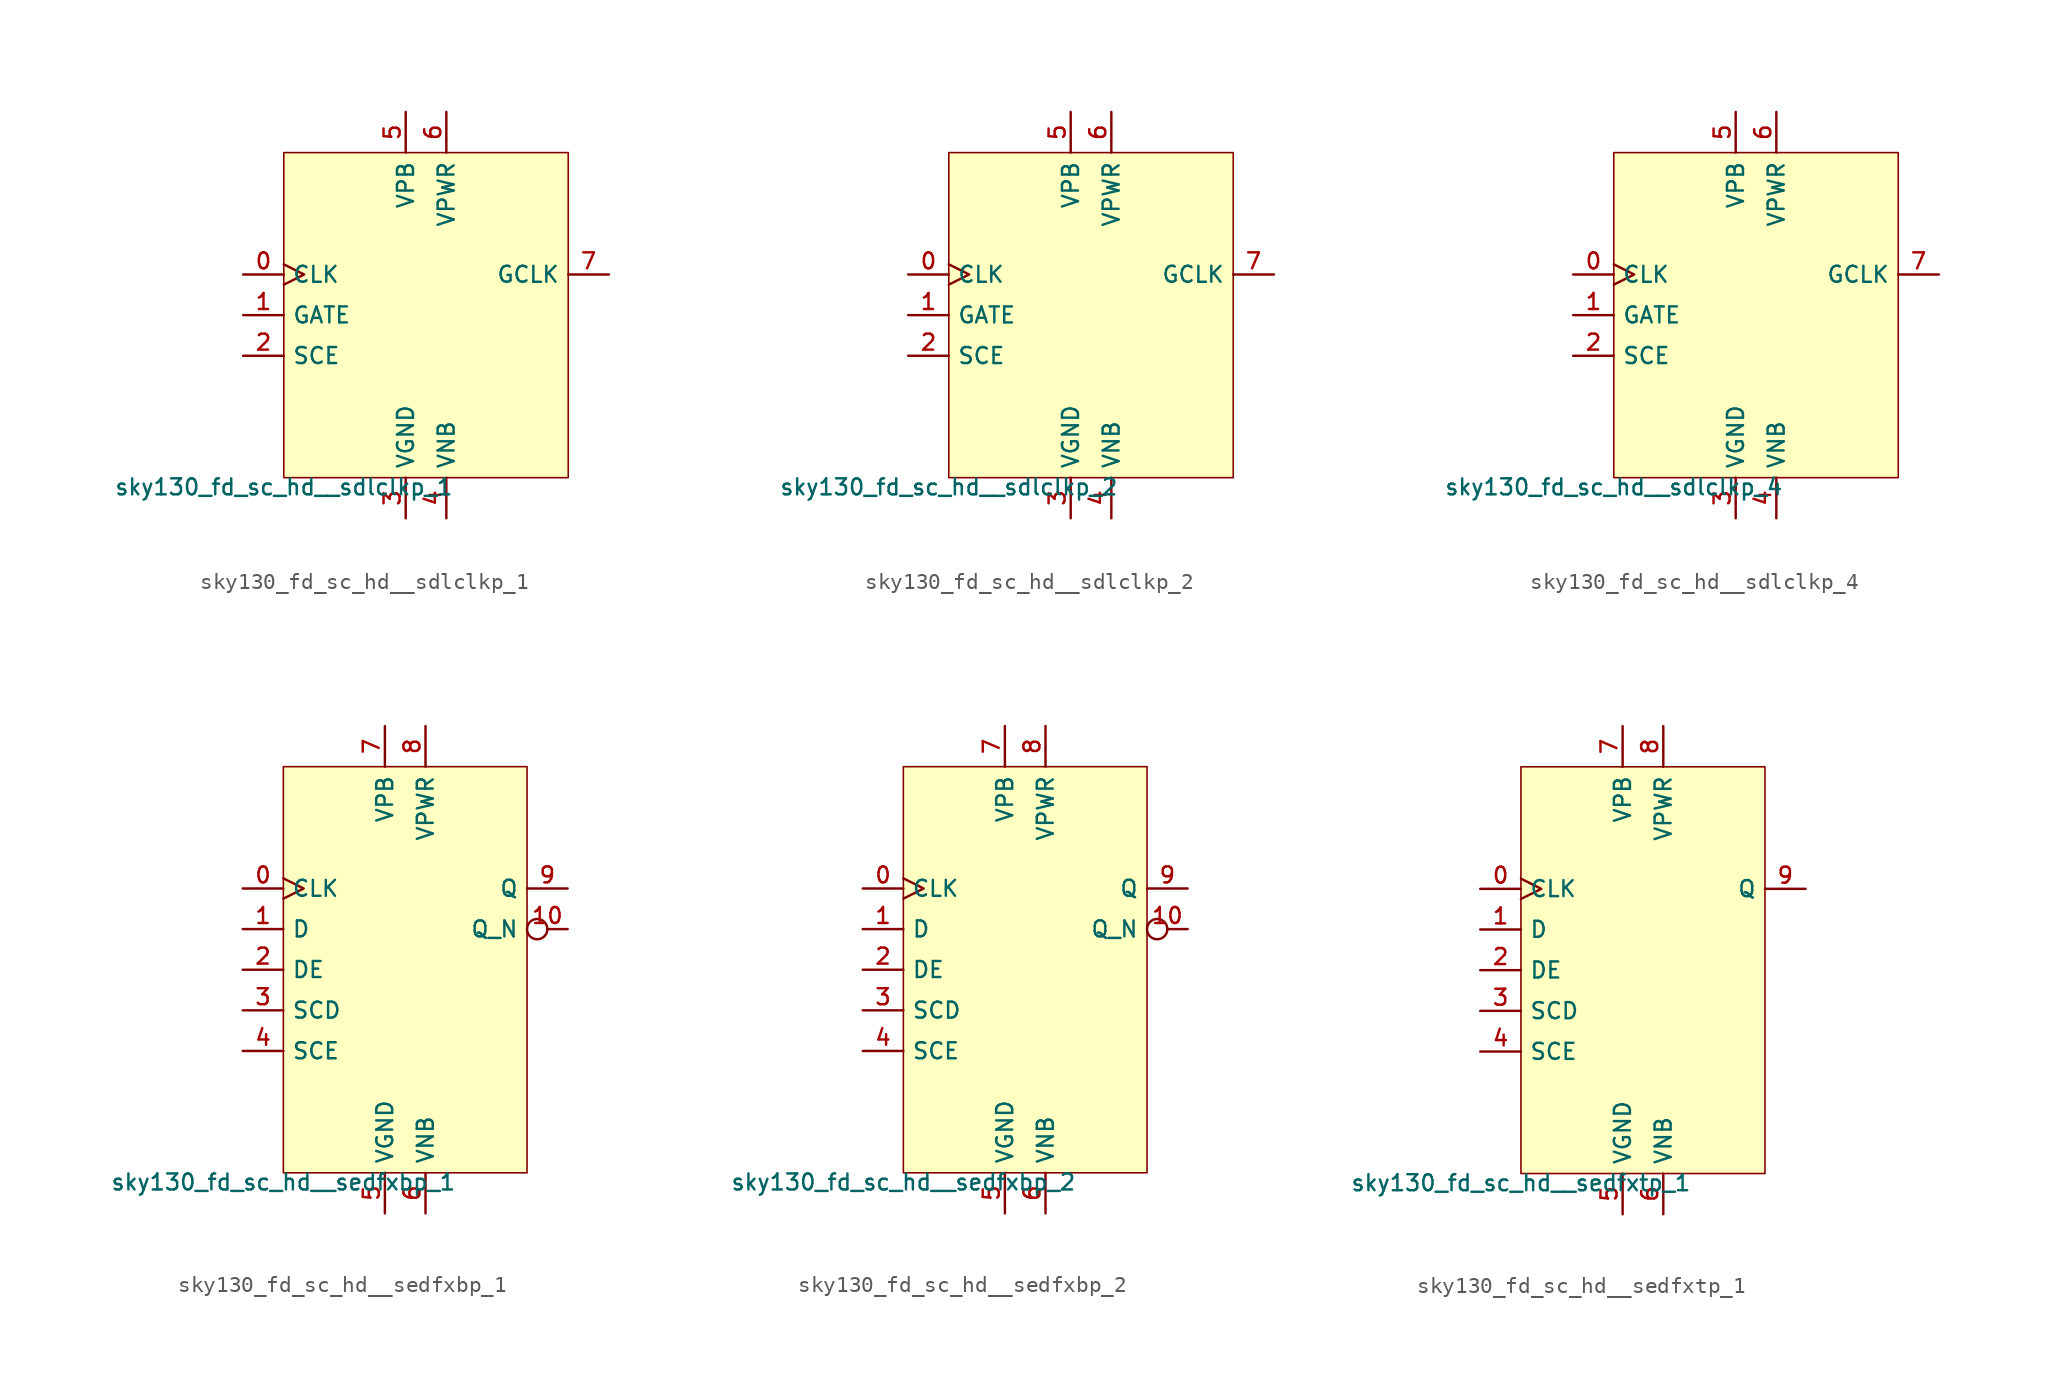
<source format=kicad_sym>
(kicad_symbol_lib
  (version 20211014)
  (generator lef2kicad_sym)
  (symbol "sky130_fd_sc_hd__sdlclkp_1"
    (property "Reference" "X"
      (at 0 0 0)
      (effects (font (size 1 1)) hide))
    (property "Value" "sky130_fd_sc_hd__sdlclkp_1"
      (at -8.89 -10.16 0)
      (effects (font (size 1 1)) (justify top)))
    (rectangle
      (start -8.89 -10.16)
      (end 8.89 10.16)
      (stroke (width 0.1) (type solid) (color 0 0 0 0))
      (fill (type background)))
    (pin input clock
      (at -11.43 2.54 0)
      (length 2.54)
      (name "CLK" (effects (font (size 1 1)) hide))
      (number "0" (effects (font (size 1 1)) hide)))
    (pin input line
      (at -11.43 0.0 0)
      (length 2.54)
      (name "GATE" (effects (font (size 1 1)) hide))
      (number "1" (effects (font (size 1 1)) hide)))
    (pin input line
      (at -11.43 -2.54 0)
      (length 2.54)
      (name "SCE" (effects (font (size 1 1)) hide))
      (number "2" (effects (font (size 1 1)) hide)))
    (pin power_in line
      (at -1.27 -12.7 90)
      (length 2.54)
      (name "VGND" (effects (font (size 1 1)) hide))
      (number "3" (effects (font (size 1 1)) hide)))
    (pin power_in line
      (at 1.27 -12.7 90)
      (length 2.54)
      (name "VNB" (effects (font (size 1 1)) hide))
      (number "4" (effects (font (size 1 1)) hide)))
    (pin power_in line
      (at -1.27 12.7 270)
      (length 2.54)
      (name "VPB" (effects (font (size 1 1)) hide))
      (number "5" (effects (font (size 1 1)) hide)))
    (pin power_in line
      (at 1.27 12.7 270)
      (length 2.54)
      (name "VPWR" (effects (font (size 1 1)) hide))
      (number "6" (effects (font (size 1 1)) hide)))
    (pin output line
      (at 11.43 2.54 180)
      (length 2.54)
      (name "GCLK" (effects (font (size 1 1)) hide))
      (number "7" (effects (font (size 1 1)) hide))))
  (symbol "sky130_fd_sc_hd__sdlclkp_2"
    (property "Reference" "X"
      (at 0 0 0)
      (effects (font (size 1 1)) hide))
    (property "Value" "sky130_fd_sc_hd__sdlclkp_2"
      (at -8.89 -10.16 0)
      (effects (font (size 1 1)) (justify top)))
    (rectangle
      (start -8.89 -10.16)
      (end 8.89 10.16)
      (stroke (width 0.1) (type solid) (color 0 0 0 0))
      (fill (type background)))
    (pin input clock
      (at -11.43 2.54 0)
      (length 2.54)
      (name "CLK" (effects (font (size 1 1)) hide))
      (number "0" (effects (font (size 1 1)) hide)))
    (pin input line
      (at -11.43 0.0 0)
      (length 2.54)
      (name "GATE" (effects (font (size 1 1)) hide))
      (number "1" (effects (font (size 1 1)) hide)))
    (pin input line
      (at -11.43 -2.54 0)
      (length 2.54)
      (name "SCE" (effects (font (size 1 1)) hide))
      (number "2" (effects (font (size 1 1)) hide)))
    (pin power_in line
      (at -1.27 -12.7 90)
      (length 2.54)
      (name "VGND" (effects (font (size 1 1)) hide))
      (number "3" (effects (font (size 1 1)) hide)))
    (pin power_in line
      (at 1.27 -12.7 90)
      (length 2.54)
      (name "VNB" (effects (font (size 1 1)) hide))
      (number "4" (effects (font (size 1 1)) hide)))
    (pin power_in line
      (at -1.27 12.7 270)
      (length 2.54)
      (name "VPB" (effects (font (size 1 1)) hide))
      (number "5" (effects (font (size 1 1)) hide)))
    (pin power_in line
      (at 1.27 12.7 270)
      (length 2.54)
      (name "VPWR" (effects (font (size 1 1)) hide))
      (number "6" (effects (font (size 1 1)) hide)))
    (pin output line
      (at 11.43 2.54 180)
      (length 2.54)
      (name "GCLK" (effects (font (size 1 1)) hide))
      (number "7" (effects (font (size 1 1)) hide))))
  (symbol "sky130_fd_sc_hd__sdlclkp_4"
    (property "Reference" "X"
      (at 0 0 0)
      (effects (font (size 1 1)) hide))
    (property "Value" "sky130_fd_sc_hd__sdlclkp_4"
      (at -8.89 -10.16 0)
      (effects (font (size 1 1)) (justify top)))
    (rectangle
      (start -8.89 -10.16)
      (end 8.89 10.16)
      (stroke (width 0.1) (type solid) (color 0 0 0 0))
      (fill (type background)))
    (pin input clock
      (at -11.43 2.54 0)
      (length 2.54)
      (name "CLK" (effects (font (size 1 1)) hide))
      (number "0" (effects (font (size 1 1)) hide)))
    (pin input line
      (at -11.43 0.0 0)
      (length 2.54)
      (name "GATE" (effects (font (size 1 1)) hide))
      (number "1" (effects (font (size 1 1)) hide)))
    (pin input line
      (at -11.43 -2.54 0)
      (length 2.54)
      (name "SCE" (effects (font (size 1 1)) hide))
      (number "2" (effects (font (size 1 1)) hide)))
    (pin power_in line
      (at -1.27 -12.7 90)
      (length 2.54)
      (name "VGND" (effects (font (size 1 1)) hide))
      (number "3" (effects (font (size 1 1)) hide)))
    (pin power_in line
      (at 1.27 -12.7 90)
      (length 2.54)
      (name "VNB" (effects (font (size 1 1)) hide))
      (number "4" (effects (font (size 1 1)) hide)))
    (pin power_in line
      (at -1.27 12.7 270)
      (length 2.54)
      (name "VPB" (effects (font (size 1 1)) hide))
      (number "5" (effects (font (size 1 1)) hide)))
    (pin power_in line
      (at 1.27 12.7 270)
      (length 2.54)
      (name "VPWR" (effects (font (size 1 1)) hide))
      (number "6" (effects (font (size 1 1)) hide)))
    (pin output line
      (at 11.43 2.54 180)
      (length 2.54)
      (name "GCLK" (effects (font (size 1 1)) hide))
      (number "7" (effects (font (size 1 1)) hide))))
  (symbol "sky130_fd_sc_hd__sedfxbp_1"
    (property "Reference" "X"
      (at 0 0 0)
      (effects (font (size 1 1)) hide))
    (property "Value" "sky130_fd_sc_hd__sedfxbp_1"
      (at -7.62 -12.7 0)
      (effects (font (size 1 1)) (justify top)))
    (rectangle
      (start -7.62 -12.7)
      (end 7.62 12.7)
      (stroke (width 0.1) (type solid) (color 0 0 0 0))
      (fill (type background)))
    (pin input clock
      (at -10.16 5.08 0)
      (length 2.54)
      (name "CLK" (effects (font (size 1 1)) hide))
      (number "0" (effects (font (size 1 1)) hide)))
    (pin input line
      (at -10.16 2.54 0)
      (length 2.54)
      (name "D" (effects (font (size 1 1)) hide))
      (number "1" (effects (font (size 1 1)) hide)))
    (pin input line
      (at -10.16 -8.881784197001252e-16 0)
      (length 2.54)
      (name "DE" (effects (font (size 1 1)) hide))
      (number "2" (effects (font (size 1 1)) hide)))
    (pin input line
      (at -10.16 -2.54 0)
      (length 2.54)
      (name "SCD" (effects (font (size 1 1)) hide))
      (number "3" (effects (font (size 1 1)) hide)))
    (pin input line
      (at -10.16 -5.08 0)
      (length 2.54)
      (name "SCE" (effects (font (size 1 1)) hide))
      (number "4" (effects (font (size 1 1)) hide)))
    (pin power_in line
      (at -1.27 -15.24 90)
      (length 2.54)
      (name "VGND" (effects (font (size 1 1)) hide))
      (number "5" (effects (font (size 1 1)) hide)))
    (pin power_in line
      (at 1.27 -15.24 90)
      (length 2.54)
      (name "VNB" (effects (font (size 1 1)) hide))
      (number "6" (effects (font (size 1 1)) hide)))
    (pin power_in line
      (at -1.27 15.24 270)
      (length 2.54)
      (name "VPB" (effects (font (size 1 1)) hide))
      (number "7" (effects (font (size 1 1)) hide)))
    (pin power_in line
      (at 1.27 15.24 270)
      (length 2.54)
      (name "VPWR" (effects (font (size 1 1)) hide))
      (number "8" (effects (font (size 1 1)) hide)))
    (pin output line
      (at 10.16 5.08 180)
      (length 2.54)
      (name "Q" (effects (font (size 1 1)) hide))
      (number "9" (effects (font (size 1 1)) hide)))
    (pin output inverted
      (at 10.16 2.54 180)
      (length 2.54)
      (name "Q_N" (effects (font (size 1 1)) hide))
      (number "10" (effects (font (size 1 1)) hide))))
  (symbol "sky130_fd_sc_hd__sedfxbp_2"
    (property "Reference" "X"
      (at 0 0 0)
      (effects (font (size 1 1)) hide))
    (property "Value" "sky130_fd_sc_hd__sedfxbp_2"
      (at -7.62 -12.7 0)
      (effects (font (size 1 1)) (justify top)))
    (rectangle
      (start -7.62 -12.7)
      (end 7.62 12.7)
      (stroke (width 0.1) (type solid) (color 0 0 0 0))
      (fill (type background)))
    (pin input clock
      (at -10.16 5.08 0)
      (length 2.54)
      (name "CLK" (effects (font (size 1 1)) hide))
      (number "0" (effects (font (size 1 1)) hide)))
    (pin input line
      (at -10.16 2.54 0)
      (length 2.54)
      (name "D" (effects (font (size 1 1)) hide))
      (number "1" (effects (font (size 1 1)) hide)))
    (pin input line
      (at -10.16 -8.881784197001252e-16 0)
      (length 2.54)
      (name "DE" (effects (font (size 1 1)) hide))
      (number "2" (effects (font (size 1 1)) hide)))
    (pin input line
      (at -10.16 -2.54 0)
      (length 2.54)
      (name "SCD" (effects (font (size 1 1)) hide))
      (number "3" (effects (font (size 1 1)) hide)))
    (pin input line
      (at -10.16 -5.08 0)
      (length 2.54)
      (name "SCE" (effects (font (size 1 1)) hide))
      (number "4" (effects (font (size 1 1)) hide)))
    (pin power_in line
      (at -1.27 -15.24 90)
      (length 2.54)
      (name "VGND" (effects (font (size 1 1)) hide))
      (number "5" (effects (font (size 1 1)) hide)))
    (pin power_in line
      (at 1.27 -15.24 90)
      (length 2.54)
      (name "VNB" (effects (font (size 1 1)) hide))
      (number "6" (effects (font (size 1 1)) hide)))
    (pin power_in line
      (at -1.27 15.24 270)
      (length 2.54)
      (name "VPB" (effects (font (size 1 1)) hide))
      (number "7" (effects (font (size 1 1)) hide)))
    (pin power_in line
      (at 1.27 15.24 270)
      (length 2.54)
      (name "VPWR" (effects (font (size 1 1)) hide))
      (number "8" (effects (font (size 1 1)) hide)))
    (pin output line
      (at 10.16 5.08 180)
      (length 2.54)
      (name "Q" (effects (font (size 1 1)) hide))
      (number "9" (effects (font (size 1 1)) hide)))
    (pin output inverted
      (at 10.16 2.54 180)
      (length 2.54)
      (name "Q_N" (effects (font (size 1 1)) hide))
      (number "10" (effects (font (size 1 1)) hide))))
  (symbol "sky130_fd_sc_hd__sedfxtp_1"
    (property "Reference" "X"
      (at 0 0 0)
      (effects (font (size 1 1)) hide))
    (property "Value" "sky130_fd_sc_hd__sedfxtp_1"
      (at -7.62 -12.7 0)
      (effects (font (size 1 1)) (justify top)))
    (rectangle
      (start -7.62 -12.7)
      (end 7.62 12.7)
      (stroke (width 0.1) (type solid) (color 0 0 0 0))
      (fill (type background)))
    (pin input clock
      (at -10.16 5.08 0)
      (length 2.54)
      (name "CLK" (effects (font (size 1 1)) hide))
      (number "0" (effects (font (size 1 1)) hide)))
    (pin input line
      (at -10.16 2.54 0)
      (length 2.54)
      (name "D" (effects (font (size 1 1)) hide))
      (number "1" (effects (font (size 1 1)) hide)))
    (pin input line
      (at -10.16 -8.881784197001252e-16 0)
      (length 2.54)
      (name "DE" (effects (font (size 1 1)) hide))
      (number "2" (effects (font (size 1 1)) hide)))
    (pin input line
      (at -10.16 -2.54 0)
      (length 2.54)
      (name "SCD" (effects (font (size 1 1)) hide))
      (number "3" (effects (font (size 1 1)) hide)))
    (pin input line
      (at -10.16 -5.08 0)
      (length 2.54)
      (name "SCE" (effects (font (size 1 1)) hide))
      (number "4" (effects (font (size 1 1)) hide)))
    (pin power_in line
      (at -1.27 -15.24 90)
      (length 2.54)
      (name "VGND" (effects (font (size 1 1)) hide))
      (number "5" (effects (font (size 1 1)) hide)))
    (pin power_in line
      (at 1.27 -15.24 90)
      (length 2.54)
      (name "VNB" (effects (font (size 1 1)) hide))
      (number "6" (effects (font (size 1 1)) hide)))
    (pin power_in line
      (at -1.27 15.24 270)
      (length 2.54)
      (name "VPB" (effects (font (size 1 1)) hide))
      (number "7" (effects (font (size 1 1)) hide)))
    (pin power_in line
      (at 1.27 15.24 270)
      (length 2.54)
      (name "VPWR" (effects (font (size 1 1)) hide))
      (number "8" (effects (font (size 1 1)) hide)))
    (pin output line
      (at 10.16 5.08 180)
      (length 2.54)
      (name "Q" (effects (font (size 1 1)) hide))
      (number "9" (effects (font (size 1 1)) hide)))))
</source>
